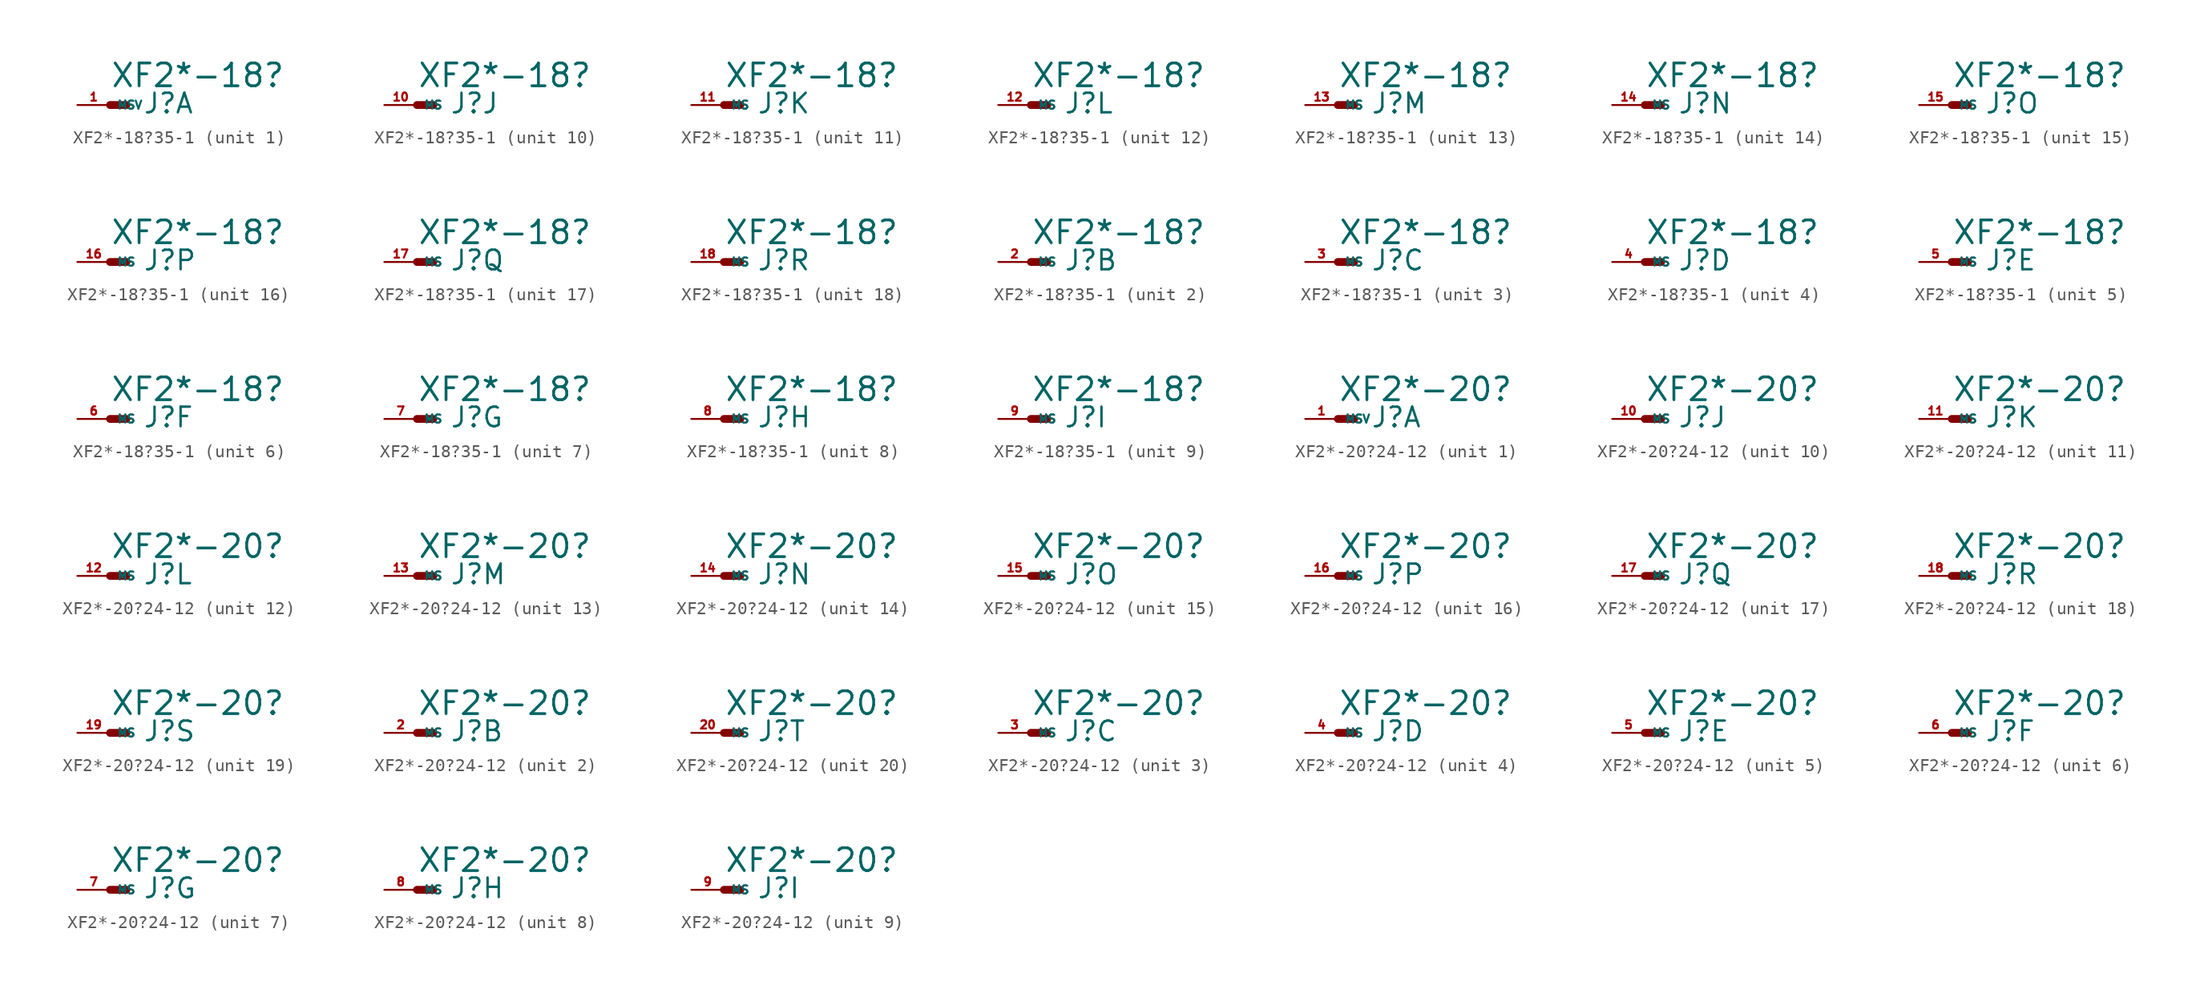
<source format=kicad_sym>
(kicad_symbol_lib
  (version 20220914)
  (generator Eagle2Kicad)
  (symbol "XF2*-18?35-1"
    (property "Reference" "J"
      (at 2.54 -0.762 0)
      (effects (font (size 1.524 1.524) (thickness 0.19)) (justify left bottom)))
    (property "Value" "XF2*-18?"
      (at 0 1.27 0)
      (effects (font (size 1.778 1.778) (thickness 0.22)) (justify left bottom)))
    (symbol "XF2*-18?35-1_1_0"
      (polyline (pts (xy 0 0) (xy 1.27 0)) (stroke (width 0.61) (type default)) (fill (type none)))
      (pin passive line (at -2.54 0 0) (length 2.54) (name "MSV" (effects (font (size 0.635 0.635) (thickness 0.08)) (justify left bottom))) (number "1" (effects (font (size 0.635 0.635) (thickness 0.08)) (justify left bottom)))))
    (symbol "XF2*-18?35-1_2_0"
      (polyline (pts (xy 0 0) (xy 1.27 0)) (stroke (width 0.61) (type default)) (fill (type none)))
      (pin passive line (at -2.54 0 0) (length 2.54) (name "MS" (effects (font (size 0.635 0.635) (thickness 0.08)) (justify left bottom))) (number "2" (effects (font (size 0.635 0.635) (thickness 0.08)) (justify left bottom)))))
    (symbol "XF2*-18?35-1_3_0"
      (polyline (pts (xy 0 0) (xy 1.27 0)) (stroke (width 0.61) (type default)) (fill (type none)))
      (pin passive line (at -2.54 0 0) (length 2.54) (name "MS" (effects (font (size 0.635 0.635) (thickness 0.08)) (justify left bottom))) (number "3" (effects (font (size 0.635 0.635) (thickness 0.08)) (justify left bottom)))))
    (symbol "XF2*-18?35-1_4_0"
      (polyline (pts (xy 0 0) (xy 1.27 0)) (stroke (width 0.61) (type default)) (fill (type none)))
      (pin passive line (at -2.54 0 0) (length 2.54) (name "MS" (effects (font (size 0.635 0.635) (thickness 0.08)) (justify left bottom))) (number "4" (effects (font (size 0.635 0.635) (thickness 0.08)) (justify left bottom)))))
    (symbol "XF2*-18?35-1_5_0"
      (polyline (pts (xy 0 0) (xy 1.27 0)) (stroke (width 0.61) (type default)) (fill (type none)))
      (pin passive line (at -2.54 0 0) (length 2.54) (name "MS" (effects (font (size 0.635 0.635) (thickness 0.08)) (justify left bottom))) (number "5" (effects (font (size 0.635 0.635) (thickness 0.08)) (justify left bottom)))))
    (symbol "XF2*-18?35-1_6_0"
      (polyline (pts (xy 0 0) (xy 1.27 0)) (stroke (width 0.61) (type default)) (fill (type none)))
      (pin passive line (at -2.54 0 0) (length 2.54) (name "MS" (effects (font (size 0.635 0.635) (thickness 0.08)) (justify left bottom))) (number "6" (effects (font (size 0.635 0.635) (thickness 0.08)) (justify left bottom)))))
    (symbol "XF2*-18?35-1_7_0"
      (polyline (pts (xy 0 0) (xy 1.27 0)) (stroke (width 0.61) (type default)) (fill (type none)))
      (pin passive line (at -2.54 0 0) (length 2.54) (name "MS" (effects (font (size 0.635 0.635) (thickness 0.08)) (justify left bottom))) (number "7" (effects (font (size 0.635 0.635) (thickness 0.08)) (justify left bottom)))))
    (symbol "XF2*-18?35-1_8_0"
      (polyline (pts (xy 0 0) (xy 1.27 0)) (stroke (width 0.61) (type default)) (fill (type none)))
      (pin passive line (at -2.54 0 0) (length 2.54) (name "MS" (effects (font (size 0.635 0.635) (thickness 0.08)) (justify left bottom))) (number "8" (effects (font (size 0.635 0.635) (thickness 0.08)) (justify left bottom)))))
    (symbol "XF2*-18?35-1_9_0"
      (polyline (pts (xy 0 0) (xy 1.27 0)) (stroke (width 0.61) (type default)) (fill (type none)))
      (pin passive line (at -2.54 0 0) (length 2.54) (name "MS" (effects (font (size 0.635 0.635) (thickness 0.08)) (justify left bottom))) (number "9" (effects (font (size 0.635 0.635) (thickness 0.08)) (justify left bottom)))))
    (symbol "XF2*-18?35-1_10_0"
      (polyline (pts (xy 0 0) (xy 1.27 0)) (stroke (width 0.61) (type default)) (fill (type none)))
      (pin passive line (at -2.54 0 0) (length 2.54) (name "MS" (effects (font (size 0.635 0.635) (thickness 0.08)) (justify left bottom))) (number "10" (effects (font (size 0.635 0.635) (thickness 0.08)) (justify left bottom)))))
    (symbol "XF2*-18?35-1_11_0"
      (polyline (pts (xy 0 0) (xy 1.27 0)) (stroke (width 0.61) (type default)) (fill (type none)))
      (pin passive line (at -2.54 0 0) (length 2.54) (name "MS" (effects (font (size 0.635 0.635) (thickness 0.08)) (justify left bottom))) (number "11" (effects (font (size 0.635 0.635) (thickness 0.08)) (justify left bottom)))))
    (symbol "XF2*-18?35-1_12_0"
      (polyline (pts (xy 0 0) (xy 1.27 0)) (stroke (width 0.61) (type default)) (fill (type none)))
      (pin passive line (at -2.54 0 0) (length 2.54) (name "MS" (effects (font (size 0.635 0.635) (thickness 0.08)) (justify left bottom))) (number "12" (effects (font (size 0.635 0.635) (thickness 0.08)) (justify left bottom)))))
    (symbol "XF2*-18?35-1_13_0"
      (polyline (pts (xy 0 0) (xy 1.27 0)) (stroke (width 0.61) (type default)) (fill (type none)))
      (pin passive line (at -2.54 0 0) (length 2.54) (name "MS" (effects (font (size 0.635 0.635) (thickness 0.08)) (justify left bottom))) (number "13" (effects (font (size 0.635 0.635) (thickness 0.08)) (justify left bottom)))))
    (symbol "XF2*-18?35-1_14_0"
      (polyline (pts (xy 0 0) (xy 1.27 0)) (stroke (width 0.61) (type default)) (fill (type none)))
      (pin passive line (at -2.54 0 0) (length 2.54) (name "MS" (effects (font (size 0.635 0.635) (thickness 0.08)) (justify left bottom))) (number "14" (effects (font (size 0.635 0.635) (thickness 0.08)) (justify left bottom)))))
    (symbol "XF2*-18?35-1_15_0"
      (polyline (pts (xy 0 0) (xy 1.27 0)) (stroke (width 0.61) (type default)) (fill (type none)))
      (pin passive line (at -2.54 0 0) (length 2.54) (name "MS" (effects (font (size 0.635 0.635) (thickness 0.08)) (justify left bottom))) (number "15" (effects (font (size 0.635 0.635) (thickness 0.08)) (justify left bottom)))))
    (symbol "XF2*-18?35-1_16_0"
      (polyline (pts (xy 0 0) (xy 1.27 0)) (stroke (width 0.61) (type default)) (fill (type none)))
      (pin passive line (at -2.54 0 0) (length 2.54) (name "MS" (effects (font (size 0.635 0.635) (thickness 0.08)) (justify left bottom))) (number "16" (effects (font (size 0.635 0.635) (thickness 0.08)) (justify left bottom)))))
    (symbol "XF2*-18?35-1_17_0"
      (polyline (pts (xy 0 0) (xy 1.27 0)) (stroke (width 0.61) (type default)) (fill (type none)))
      (pin passive line (at -2.54 0 0) (length 2.54) (name "MS" (effects (font (size 0.635 0.635) (thickness 0.08)) (justify left bottom))) (number "17" (effects (font (size 0.635 0.635) (thickness 0.08)) (justify left bottom)))))
    (symbol "XF2*-18?35-1_18_0"
      (polyline (pts (xy 0 0) (xy 1.27 0)) (stroke (width 0.61) (type default)) (fill (type none)))
      (pin passive line (at -2.54 0 0) (length 2.54) (name "MS" (effects (font (size 0.635 0.635) (thickness 0.08)) (justify left bottom))) (number "18" (effects (font (size 0.635 0.635) (thickness 0.08)) (justify left bottom))))))
  (symbol "XF2*-20?24-12"
    (property "Reference" "J"
      (at 2.54 -0.762 0)
      (effects (font (size 1.524 1.524) (thickness 0.19)) (justify left bottom)))
    (property "Value" "XF2*-20?"
      (at 0 1.27 0)
      (effects (font (size 1.778 1.778) (thickness 0.22)) (justify left bottom)))
    (symbol "XF2*-20?24-12_1_0"
      (polyline (pts (xy 0 0) (xy 1.27 0)) (stroke (width 0.61) (type default)) (fill (type none)))
      (pin passive line (at -2.54 0 0) (length 2.54) (name "MSV" (effects (font (size 0.635 0.635) (thickness 0.08)) (justify left bottom))) (number "1" (effects (font (size 0.635 0.635) (thickness 0.08)) (justify left bottom)))))
    (symbol "XF2*-20?24-12_2_0"
      (polyline (pts (xy 0 0) (xy 1.27 0)) (stroke (width 0.61) (type default)) (fill (type none)))
      (pin passive line (at -2.54 0 0) (length 2.54) (name "MS" (effects (font (size 0.635 0.635) (thickness 0.08)) (justify left bottom))) (number "2" (effects (font (size 0.635 0.635) (thickness 0.08)) (justify left bottom)))))
    (symbol "XF2*-20?24-12_3_0"
      (polyline (pts (xy 0 0) (xy 1.27 0)) (stroke (width 0.61) (type default)) (fill (type none)))
      (pin passive line (at -2.54 0 0) (length 2.54) (name "MS" (effects (font (size 0.635 0.635) (thickness 0.08)) (justify left bottom))) (number "3" (effects (font (size 0.635 0.635) (thickness 0.08)) (justify left bottom)))))
    (symbol "XF2*-20?24-12_4_0"
      (polyline (pts (xy 0 0) (xy 1.27 0)) (stroke (width 0.61) (type default)) (fill (type none)))
      (pin passive line (at -2.54 0 0) (length 2.54) (name "MS" (effects (font (size 0.635 0.635) (thickness 0.08)) (justify left bottom))) (number "4" (effects (font (size 0.635 0.635) (thickness 0.08)) (justify left bottom)))))
    (symbol "XF2*-20?24-12_5_0"
      (polyline (pts (xy 0 0) (xy 1.27 0)) (stroke (width 0.61) (type default)) (fill (type none)))
      (pin passive line (at -2.54 0 0) (length 2.54) (name "MS" (effects (font (size 0.635 0.635) (thickness 0.08)) (justify left bottom))) (number "5" (effects (font (size 0.635 0.635) (thickness 0.08)) (justify left bottom)))))
    (symbol "XF2*-20?24-12_6_0"
      (polyline (pts (xy 0 0) (xy 1.27 0)) (stroke (width 0.61) (type default)) (fill (type none)))
      (pin passive line (at -2.54 0 0) (length 2.54) (name "MS" (effects (font (size 0.635 0.635) (thickness 0.08)) (justify left bottom))) (number "6" (effects (font (size 0.635 0.635) (thickness 0.08)) (justify left bottom)))))
    (symbol "XF2*-20?24-12_7_0"
      (polyline (pts (xy 0 0) (xy 1.27 0)) (stroke (width 0.61) (type default)) (fill (type none)))
      (pin passive line (at -2.54 0 0) (length 2.54) (name "MS" (effects (font (size 0.635 0.635) (thickness 0.08)) (justify left bottom))) (number "7" (effects (font (size 0.635 0.635) (thickness 0.08)) (justify left bottom)))))
    (symbol "XF2*-20?24-12_8_0"
      (polyline (pts (xy 0 0) (xy 1.27 0)) (stroke (width 0.61) (type default)) (fill (type none)))
      (pin passive line (at -2.54 0 0) (length 2.54) (name "MS" (effects (font (size 0.635 0.635) (thickness 0.08)) (justify left bottom))) (number "8" (effects (font (size 0.635 0.635) (thickness 0.08)) (justify left bottom)))))
    (symbol "XF2*-20?24-12_9_0"
      (polyline (pts (xy 0 0) (xy 1.27 0)) (stroke (width 0.61) (type default)) (fill (type none)))
      (pin passive line (at -2.54 0 0) (length 2.54) (name "MS" (effects (font (size 0.635 0.635) (thickness 0.08)) (justify left bottom))) (number "9" (effects (font (size 0.635 0.635) (thickness 0.08)) (justify left bottom)))))
    (symbol "XF2*-20?24-12_10_0"
      (polyline (pts (xy 0 0) (xy 1.27 0)) (stroke (width 0.61) (type default)) (fill (type none)))
      (pin passive line (at -2.54 0 0) (length 2.54) (name "MS" (effects (font (size 0.635 0.635) (thickness 0.08)) (justify left bottom))) (number "10" (effects (font (size 0.635 0.635) (thickness 0.08)) (justify left bottom)))))
    (symbol "XF2*-20?24-12_11_0"
      (polyline (pts (xy 0 0) (xy 1.27 0)) (stroke (width 0.61) (type default)) (fill (type none)))
      (pin passive line (at -2.54 0 0) (length 2.54) (name "MS" (effects (font (size 0.635 0.635) (thickness 0.08)) (justify left bottom))) (number "11" (effects (font (size 0.635 0.635) (thickness 0.08)) (justify left bottom)))))
    (symbol "XF2*-20?24-12_12_0"
      (polyline (pts (xy 0 0) (xy 1.27 0)) (stroke (width 0.61) (type default)) (fill (type none)))
      (pin passive line (at -2.54 0 0) (length 2.54) (name "MS" (effects (font (size 0.635 0.635) (thickness 0.08)) (justify left bottom))) (number "12" (effects (font (size 0.635 0.635) (thickness 0.08)) (justify left bottom)))))
    (symbol "XF2*-20?24-12_13_0"
      (polyline (pts (xy 0 0) (xy 1.27 0)) (stroke (width 0.61) (type default)) (fill (type none)))
      (pin passive line (at -2.54 0 0) (length 2.54) (name "MS" (effects (font (size 0.635 0.635) (thickness 0.08)) (justify left bottom))) (number "13" (effects (font (size 0.635 0.635) (thickness 0.08)) (justify left bottom)))))
    (symbol "XF2*-20?24-12_14_0"
      (polyline (pts (xy 0 0) (xy 1.27 0)) (stroke (width 0.61) (type default)) (fill (type none)))
      (pin passive line (at -2.54 0 0) (length 2.54) (name "MS" (effects (font (size 0.635 0.635) (thickness 0.08)) (justify left bottom))) (number "14" (effects (font (size 0.635 0.635) (thickness 0.08)) (justify left bottom)))))
    (symbol "XF2*-20?24-12_15_0"
      (polyline (pts (xy 0 0) (xy 1.27 0)) (stroke (width 0.61) (type default)) (fill (type none)))
      (pin passive line (at -2.54 0 0) (length 2.54) (name "MS" (effects (font (size 0.635 0.635) (thickness 0.08)) (justify left bottom))) (number "15" (effects (font (size 0.635 0.635) (thickness 0.08)) (justify left bottom)))))
    (symbol "XF2*-20?24-12_16_0"
      (polyline (pts (xy 0 0) (xy 1.27 0)) (stroke (width 0.61) (type default)) (fill (type none)))
      (pin passive line (at -2.54 0 0) (length 2.54) (name "MS" (effects (font (size 0.635 0.635) (thickness 0.08)) (justify left bottom))) (number "16" (effects (font (size 0.635 0.635) (thickness 0.08)) (justify left bottom)))))
    (symbol "XF2*-20?24-12_17_0"
      (polyline (pts (xy 0 0) (xy 1.27 0)) (stroke (width 0.61) (type default)) (fill (type none)))
      (pin passive line (at -2.54 0 0) (length 2.54) (name "MS" (effects (font (size 0.635 0.635) (thickness 0.08)) (justify left bottom))) (number "17" (effects (font (size 0.635 0.635) (thickness 0.08)) (justify left bottom)))))
    (symbol "XF2*-20?24-12_18_0"
      (polyline (pts (xy 0 0) (xy 1.27 0)) (stroke (width 0.61) (type default)) (fill (type none)))
      (pin passive line (at -2.54 0 0) (length 2.54) (name "MS" (effects (font (size 0.635 0.635) (thickness 0.08)) (justify left bottom))) (number "18" (effects (font (size 0.635 0.635) (thickness 0.08)) (justify left bottom)))))
    (symbol "XF2*-20?24-12_19_0"
      (polyline (pts (xy 0 0) (xy 1.27 0)) (stroke (width 0.61) (type default)) (fill (type none)))
      (pin passive line (at -2.54 0 0) (length 2.54) (name "MS" (effects (font (size 0.635 0.635) (thickness 0.08)) (justify left bottom))) (number "19" (effects (font (size 0.635 0.635) (thickness 0.08)) (justify left bottom)))))
    (symbol "XF2*-20?24-12_20_0"
      (polyline (pts (xy 0 0) (xy 1.27 0)) (stroke (width 0.61) (type default)) (fill (type none)))
      (pin passive line (at -2.54 0 0) (length 2.54) (name "MS" (effects (font (size 0.635 0.635) (thickness 0.08)) (justify left bottom))) (number "20" (effects (font (size 0.635 0.635) (thickness 0.08)) (justify left bottom)))))))
</source>
